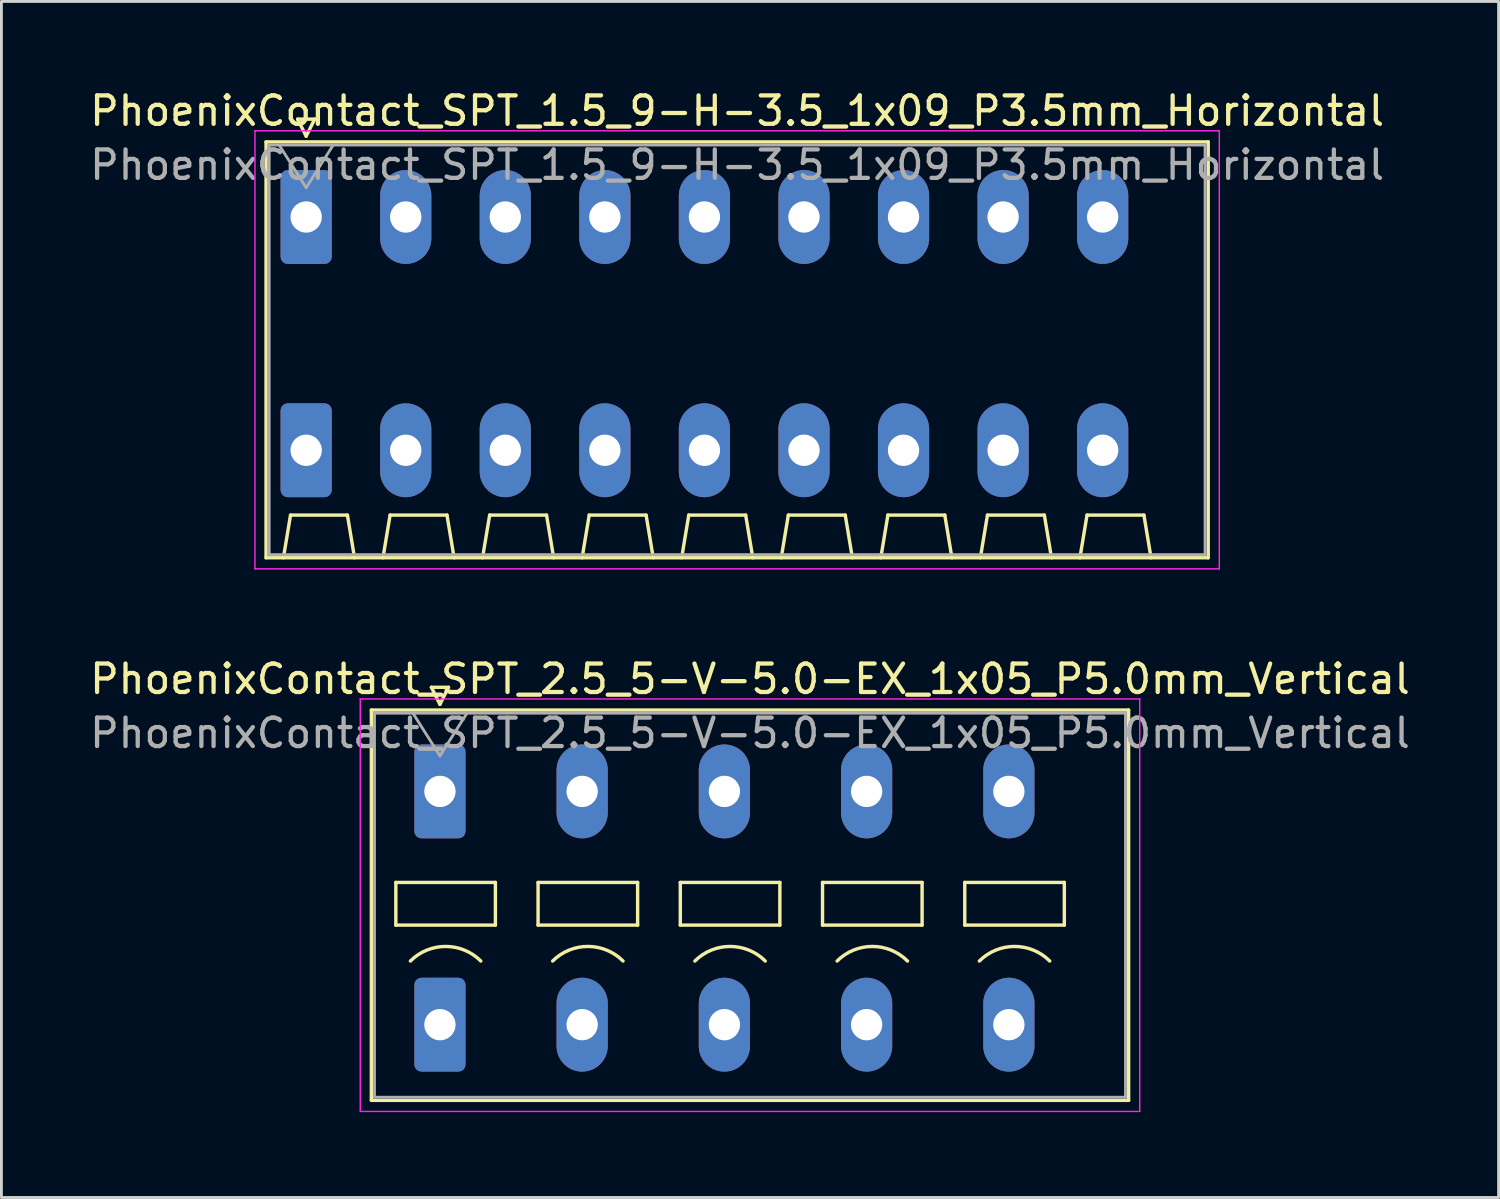
<source format=kicad_pcb>
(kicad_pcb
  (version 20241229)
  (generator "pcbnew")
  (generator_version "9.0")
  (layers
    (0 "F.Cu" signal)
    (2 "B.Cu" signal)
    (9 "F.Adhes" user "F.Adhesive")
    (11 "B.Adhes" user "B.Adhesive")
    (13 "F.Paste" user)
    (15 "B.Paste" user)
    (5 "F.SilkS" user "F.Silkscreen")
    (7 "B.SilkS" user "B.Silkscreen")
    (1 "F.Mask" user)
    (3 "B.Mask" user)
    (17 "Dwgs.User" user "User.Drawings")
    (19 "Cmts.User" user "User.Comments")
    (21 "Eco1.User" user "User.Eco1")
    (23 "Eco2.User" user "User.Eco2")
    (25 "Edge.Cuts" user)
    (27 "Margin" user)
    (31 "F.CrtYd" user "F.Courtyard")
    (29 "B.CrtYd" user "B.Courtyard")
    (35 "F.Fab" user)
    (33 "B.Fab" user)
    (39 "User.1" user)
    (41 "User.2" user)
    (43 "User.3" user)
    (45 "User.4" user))
  (footprint "PhoenixContact_SPT_1.5_9-H-3.5_1x09_P3.5mm_Horizontal"
    (layer "F.Cu")
    (at 7.713 4.578)
    (property "Reference" "PhoenixContact_SPT_1.5_9-H-3.5_1x09_P3.5mm_Horizontal" (at 15.15 -3.73 0) (layer "F.SilkS") (effects (font (size 1 1) (thickness 0.15))))
    (attr through_hole)
    (fp_line (start -1.41 -2.64) (end 31.71 -2.64) (stroke (width 0.12) (type solid)) (layer "F.SilkS"))
    (fp_line (start -1.41 11.98) (end -1.41 -2.64) (stroke (width 0.12) (type solid)) (layer "F.SilkS"))
    (fp_line (start -0.8 11.98) (end -0.55 10.48) (stroke (width 0.12) (type solid)) (layer "F.SilkS"))
    (fp_line (start -0.55 10.48) (end 1.45 10.48) (stroke (width 0.12) (type solid)) (layer "F.SilkS"))
    (fp_line (start -0.3 -3.44) (end 0 -2.84) (stroke (width 0.12) (type solid)) (layer "F.SilkS"))
    (fp_line (start -0.3 -3.44) (end 0.3 -3.44) (stroke (width 0.12) (type solid)) (layer "F.SilkS"))
    (fp_line (start 0.3 -3.44) (end 0 -2.84) (stroke (width 0.12) (type solid)) (layer "F.SilkS"))
    (fp_line (start 1.7 11.98) (end 1.45 10.48) (stroke (width 0.12) (type solid)) (layer "F.SilkS"))
    (fp_line (start 2.7 11.98) (end 2.95 10.48) (stroke (width 0.12) (type solid)) (layer "F.SilkS"))
    (fp_line (start 2.95 10.48) (end 4.95 10.48) (stroke (width 0.12) (type solid)) (layer "F.SilkS"))
    (fp_line (start 5.2 11.98) (end 4.95 10.48) (stroke (width 0.12) (type solid)) (layer "F.SilkS"))
    (fp_line (start 6.2 11.98) (end 6.45 10.48) (stroke (width 0.12) (type solid)) (layer "F.SilkS"))
    (fp_line (start 6.45 10.48) (end 8.45 10.48) (stroke (width 0.12) (type solid)) (layer "F.SilkS"))
    (fp_line (start 8.7 11.98) (end 8.45 10.48) (stroke (width 0.12) (type solid)) (layer "F.SilkS"))
    (fp_line (start 9.7 11.98) (end 9.95 10.48) (stroke (width 0.12) (type solid)) (layer "F.SilkS"))
    (fp_line (start 9.95 10.48) (end 11.95 10.48) (stroke (width 0.12) (type solid)) (layer "F.SilkS"))
    (fp_line (start 12.2 11.98) (end 11.95 10.48) (stroke (width 0.12) (type solid)) (layer "F.SilkS"))
    (fp_line (start 13.2 11.98) (end 13.45 10.48) (stroke (width 0.12) (type solid)) (layer "F.SilkS"))
    (fp_line (start 13.45 10.48) (end 15.45 10.48) (stroke (width 0.12) (type solid)) (layer "F.SilkS"))
    (fp_line (start 15.7 11.98) (end 15.45 10.48) (stroke (width 0.12) (type solid)) (layer "F.SilkS"))
    (fp_line (start 16.7 11.98) (end 16.95 10.48) (stroke (width 0.12) (type solid)) (layer "F.SilkS"))
    (fp_line (start 16.95 10.48) (end 18.95 10.48) (stroke (width 0.12) (type solid)) (layer "F.SilkS"))
    (fp_line (start 19.2 11.98) (end 18.95 10.48) (stroke (width 0.12) (type solid)) (layer "F.SilkS"))
    (fp_line (start 20.2 11.98) (end 20.45 10.48) (stroke (width 0.12) (type solid)) (layer "F.SilkS"))
    (fp_line (start 20.45 10.48) (end 22.45 10.48) (stroke (width 0.12) (type solid)) (layer "F.SilkS"))
    (fp_line (start 22.7 11.98) (end 22.45 10.48) (stroke (width 0.12) (type solid)) (layer "F.SilkS"))
    (fp_line (start 23.7 11.98) (end 23.95 10.48) (stroke (width 0.12) (type solid)) (layer "F.SilkS"))
    (fp_line (start 23.95 10.48) (end 25.95 10.48) (stroke (width 0.12) (type solid)) (layer "F.SilkS"))
    (fp_line (start 26.2 11.98) (end 25.95 10.48) (stroke (width 0.12) (type solid)) (layer "F.SilkS"))
    (fp_line (start 27.2 11.98) (end 27.45 10.48) (stroke (width 0.12) (type solid)) (layer "F.SilkS"))
    (fp_line (start 27.45 10.48) (end 29.45 10.48) (stroke (width 0.12) (type solid)) (layer "F.SilkS"))
    (fp_line (start 29.7 11.98) (end 29.45 10.48) (stroke (width 0.12) (type solid)) (layer "F.SilkS"))
    (fp_line (start 31.71 -2.64) (end 31.71 11.98) (stroke (width 0.12) (type solid)) (layer "F.SilkS"))
    (fp_line (start 31.71 11.98) (end -1.41 11.98) (stroke (width 0.12) (type solid)) (layer "F.SilkS"))
    (fp_line (start -1.8 -3.03) (end -1.8 12.37) (stroke (width 0.05) (type solid)) (layer "F.CrtYd"))
    (fp_line (start -1.8 12.37) (end 32.1 12.37) (stroke (width 0.05) (type solid)) (layer "F.CrtYd"))
    (fp_line (start 32.1 -3.03) (end -1.8 -3.03) (stroke (width 0.05) (type solid)) (layer "F.CrtYd"))
    (fp_line (start 32.1 12.37) (end 32.1 -3.03) (stroke (width 0.05) (type solid)) (layer "F.CrtYd"))
    (fp_line (start -1.3 -2.53) (end -1.3 11.87) (stroke (width 0.1) (type solid)) (layer "F.Fab"))
    (fp_line (start -1.3 11.87) (end 31.6 11.87) (stroke (width 0.1) (type solid)) (layer "F.Fab"))
    (fp_line (start -0.95 -2.53) (end 0 -1.03) (stroke (width 0.1) (type solid)) (layer "F.Fab"))
    (fp_line (start 0.95 -2.53) (end 0 -1.03) (stroke (width 0.1) (type solid)) (layer "F.Fab"))
    (fp_line (start 31.6 -2.53) (end -1.3 -2.53) (stroke (width 0.1) (type solid)) (layer "F.Fab"))
    (fp_line (start 31.6 11.87) (end 31.6 -2.53) (stroke (width 0.1) (type solid)) (layer "F.Fab"))
    (fp_text user "${REFERENCE}" (at 15.15 -1.83 0) (layer "F.Fab") (effects (font (size 1 1) (thickness 0.15))))
    (pad "1" thru_hole roundrect (at 0 0) (size 1.8 3.3) (drill 1.1) (layers "*.Cu" "*.Mask") (roundrect_rratio 0.139))
    (pad "1" thru_hole roundrect (at 0 8.2) (size 1.8 3.3) (drill 1.1) (layers "*.Cu" "*.Mask") (roundrect_rratio 0.139))
    (pad "2" thru_hole oval (at 3.5 0) (size 1.8 3.3) (drill 1.1) (layers "*.Cu" "*.Mask"))
    (pad "2" thru_hole oval (at 3.5 8.2) (size 1.8 3.3) (drill 1.1) (layers "*.Cu" "*.Mask"))
    (pad "3" thru_hole oval (at 7 0) (size 1.8 3.3) (drill 1.1) (layers "*.Cu" "*.Mask"))
    (pad "3" thru_hole oval (at 7 8.2) (size 1.8 3.3) (drill 1.1) (layers "*.Cu" "*.Mask"))
    (pad "4" thru_hole oval (at 10.5 0) (size 1.8 3.3) (drill 1.1) (layers "*.Cu" "*.Mask"))
    (pad "4" thru_hole oval (at 10.5 8.2) (size 1.8 3.3) (drill 1.1) (layers "*.Cu" "*.Mask"))
    (pad "5" thru_hole oval (at 14 0) (size 1.8 3.3) (drill 1.1) (layers "*.Cu" "*.Mask"))
    (pad "5" thru_hole oval (at 14 8.2) (size 1.8 3.3) (drill 1.1) (layers "*.Cu" "*.Mask"))
    (pad "6" thru_hole oval (at 17.5 0) (size 1.8 3.3) (drill 1.1) (layers "*.Cu" "*.Mask"))
    (pad "6" thru_hole oval (at 17.5 8.2) (size 1.8 3.3) (drill 1.1) (layers "*.Cu" "*.Mask"))
    (pad "7" thru_hole oval (at 21 0) (size 1.8 3.3) (drill 1.1) (layers "*.Cu" "*.Mask"))
    (pad "7" thru_hole oval (at 21 8.2) (size 1.8 3.3) (drill 1.1) (layers "*.Cu" "*.Mask"))
    (pad "8" thru_hole oval (at 24.5 0) (size 1.8 3.3) (drill 1.1) (layers "*.Cu" "*.Mask"))
    (pad "8" thru_hole oval (at 24.5 8.2) (size 1.8 3.3) (drill 1.1) (layers "*.Cu" "*.Mask"))
    (pad "9" thru_hole oval (at 28 0) (size 1.8 3.3) (drill 1.1) (layers "*.Cu" "*.Mask"))
    (pad "9" thru_hole oval (at 28 8.2) (size 1.8 3.3) (drill 1.1) (layers "*.Cu" "*.Mask")))
  (footprint "PhoenixContact_SPT_2.5_5-V-5.0-EX_1x05_P5.0mm_Vertical"
    (layer "F.Cu")
    (at 12.415 24.771)
    (property "Reference" "PhoenixContact_SPT_2.5_5-V-5.0-EX_1x05_P5.0mm_Vertical" (at 10.9 -3.95 0) (layer "F.SilkS") (effects (font (size 1 1) (thickness 0.15))))
    (attr through_hole)
    (fp_line (start -2.41 -2.86) (end 24.21 -2.86) (stroke (width 0.12) (type solid)) (layer "F.SilkS"))
    (fp_line (start -2.41 10.86) (end -2.41 -2.86) (stroke (width 0.12) (type solid)) (layer "F.SilkS"))
    (fp_line (start -1.55 3.2) (end -1.55 4.7) (stroke (width 0.12) (type solid)) (layer "F.SilkS"))
    (fp_line (start -1.55 4.7) (end 1.95 4.7) (stroke (width 0.12) (type solid)) (layer "F.SilkS"))
    (fp_line (start -0.3 -3.66) (end 0 -3.06) (stroke (width 0.12) (type solid)) (layer "F.SilkS"))
    (fp_line (start -0.3 -3.66) (end 0.3 -3.66) (stroke (width 0.12) (type solid)) (layer "F.SilkS"))
    (fp_line (start 0.3 -3.66) (end 0 -3.06) (stroke (width 0.12) (type solid)) (layer "F.SilkS"))
    (fp_line (start 1.95 3.2) (end -1.55 3.2) (stroke (width 0.12) (type solid)) (layer "F.SilkS"))
    (fp_line (start 1.95 4.7) (end 1.95 3.2) (stroke (width 0.12) (type solid)) (layer "F.SilkS"))
    (fp_line (start 3.45 3.2) (end 3.45 4.7) (stroke (width 0.12) (type solid)) (layer "F.SilkS"))
    (fp_line (start 3.45 4.7) (end 6.95 4.7) (stroke (width 0.12) (type solid)) (layer "F.SilkS"))
    (fp_line (start 6.95 3.2) (end 3.45 3.2) (stroke (width 0.12) (type solid)) (layer "F.SilkS"))
    (fp_line (start 6.95 4.7) (end 6.95 3.2) (stroke (width 0.12) (type solid)) (layer "F.SilkS"))
    (fp_line (start 8.45 3.2) (end 8.45 4.7) (stroke (width 0.12) (type solid)) (layer "F.SilkS"))
    (fp_line (start 8.45 4.7) (end 11.95 4.7) (stroke (width 0.12) (type solid)) (layer "F.SilkS"))
    (fp_line (start 11.95 3.2) (end 8.45 3.2) (stroke (width 0.12) (type solid)) (layer "F.SilkS"))
    (fp_line (start 11.95 4.7) (end 11.95 3.2) (stroke (width 0.12) (type solid)) (layer "F.SilkS"))
    (fp_line (start 13.45 3.2) (end 13.45 4.7) (stroke (width 0.12) (type solid)) (layer "F.SilkS"))
    (fp_line (start 13.45 4.7) (end 16.95 4.7) (stroke (width 0.12) (type solid)) (layer "F.SilkS"))
    (fp_line (start 16.95 3.2) (end 13.45 3.2) (stroke (width 0.12) (type solid)) (layer "F.SilkS"))
    (fp_line (start 16.95 4.7) (end 16.95 3.2) (stroke (width 0.12) (type solid)) (layer "F.SilkS"))
    (fp_line (start 18.45 3.2) (end 18.45 4.7) (stroke (width 0.12) (type solid)) (layer "F.SilkS"))
    (fp_line (start 18.45 4.7) (end 21.95 4.7) (stroke (width 0.12) (type solid)) (layer "F.SilkS"))
    (fp_line (start 21.95 3.2) (end 18.45 3.2) (stroke (width 0.12) (type solid)) (layer "F.SilkS"))
    (fp_line (start 21.95 4.7) (end 21.95 3.2) (stroke (width 0.12) (type solid)) (layer "F.SilkS"))
    (fp_line (start 24.21 -2.86) (end 24.21 10.86) (stroke (width 0.12) (type solid)) (layer "F.SilkS"))
    (fp_line (start 24.21 10.86) (end -2.41 10.86) (stroke (width 0.12) (type solid)) (layer "F.SilkS"))
    (fp_arc (start -1.037437 5.962563) (mid 0.2 5.45) (end 1.437437 5.962563) (stroke (width 0.12) (type solid)) (layer "F.SilkS"))
    (fp_arc (start 3.962563 5.962563) (mid 5.2 5.45) (end 6.437437 5.962563) (stroke (width 0.12) (type solid)) (layer "F.SilkS"))
    (fp_arc (start 8.962563 5.962563) (mid 10.2 5.45) (end 11.437437 5.962563) (stroke (width 0.12) (type solid)) (layer "F.SilkS"))
    (fp_arc (start 13.962563 5.962563) (mid 15.2 5.45) (end 16.437437 5.962563) (stroke (width 0.12) (type solid)) (layer "F.SilkS"))
    (fp_arc (start 18.962563 5.962563) (mid 20.2 5.45) (end 21.437437 5.962563) (stroke (width 0.12) (type solid)) (layer "F.SilkS"))
    (fp_line (start -2.8 -3.25) (end -2.8 11.25) (stroke (width 0.05) (type solid)) (layer "F.CrtYd"))
    (fp_line (start -2.8 11.25) (end 24.6 11.25) (stroke (width 0.05) (type solid)) (layer "F.CrtYd"))
    (fp_line (start 24.6 -3.25) (end -2.8 -3.25) (stroke (width 0.05) (type solid)) (layer "F.CrtYd"))
    (fp_line (start 24.6 11.25) (end 24.6 -3.25) (stroke (width 0.05) (type solid)) (layer "F.CrtYd"))
    (fp_line (start -2.3 -2.75) (end -2.3 10.75) (stroke (width 0.1) (type solid)) (layer "F.Fab"))
    (fp_line (start -2.3 10.75) (end 24.1 10.75) (stroke (width 0.1) (type solid)) (layer "F.Fab"))
    (fp_line (start -0.95 -2.75) (end 0 -1.25) (stroke (width 0.1) (type solid)) (layer "F.Fab"))
    (fp_line (start 0.95 -2.75) (end 0 -1.25) (stroke (width 0.1) (type solid)) (layer "F.Fab"))
    (fp_line (start 24.1 -2.75) (end -2.3 -2.75) (stroke (width 0.1) (type solid)) (layer "F.Fab"))
    (fp_line (start 24.1 10.75) (end 24.1 -2.75) (stroke (width 0.1) (type solid)) (layer "F.Fab"))
    (fp_text user "${REFERENCE}" (at 10.9 -2.05 0) (layer "F.Fab") (effects (font (size 1 1) (thickness 0.15))))
    (pad "1" thru_hole roundrect (at 0 0) (size 1.8 3.3) (drill 1.1) (layers "*.Cu" "*.Mask") (roundrect_rratio 0.139))
    (pad "1" thru_hole roundrect (at 0 8.2) (size 1.8 3.3) (drill 1.1) (layers "*.Cu" "*.Mask") (roundrect_rratio 0.139))
    (pad "2" thru_hole oval (at 5 0) (size 1.8 3.3) (drill 1.1) (layers "*.Cu" "*.Mask"))
    (pad "2" thru_hole oval (at 5 8.2) (size 1.8 3.3) (drill 1.1) (layers "*.Cu" "*.Mask"))
    (pad "3" thru_hole oval (at 10 0) (size 1.8 3.3) (drill 1.1) (layers "*.Cu" "*.Mask"))
    (pad "3" thru_hole oval (at 10 8.2) (size 1.8 3.3) (drill 1.1) (layers "*.Cu" "*.Mask"))
    (pad "4" thru_hole oval (at 15 0) (size 1.8 3.3) (drill 1.1) (layers "*.Cu" "*.Mask"))
    (pad "4" thru_hole oval (at 15 8.2) (size 1.8 3.3) (drill 1.1) (layers "*.Cu" "*.Mask"))
    (pad "5" thru_hole oval (at 20 0) (size 1.8 3.3) (drill 1.1) (layers "*.Cu" "*.Mask"))
    (pad "5" thru_hole oval (at 20 8.2) (size 1.8 3.3) (drill 1.1) (layers "*.Cu" "*.Mask")))
  (gr_rect
    (start -3 -3)
    (end 49.631 39.047)
    (stroke (width 0.1) (type default))
    (fill no)
    (layer "Edge.Cuts")))
</source>
